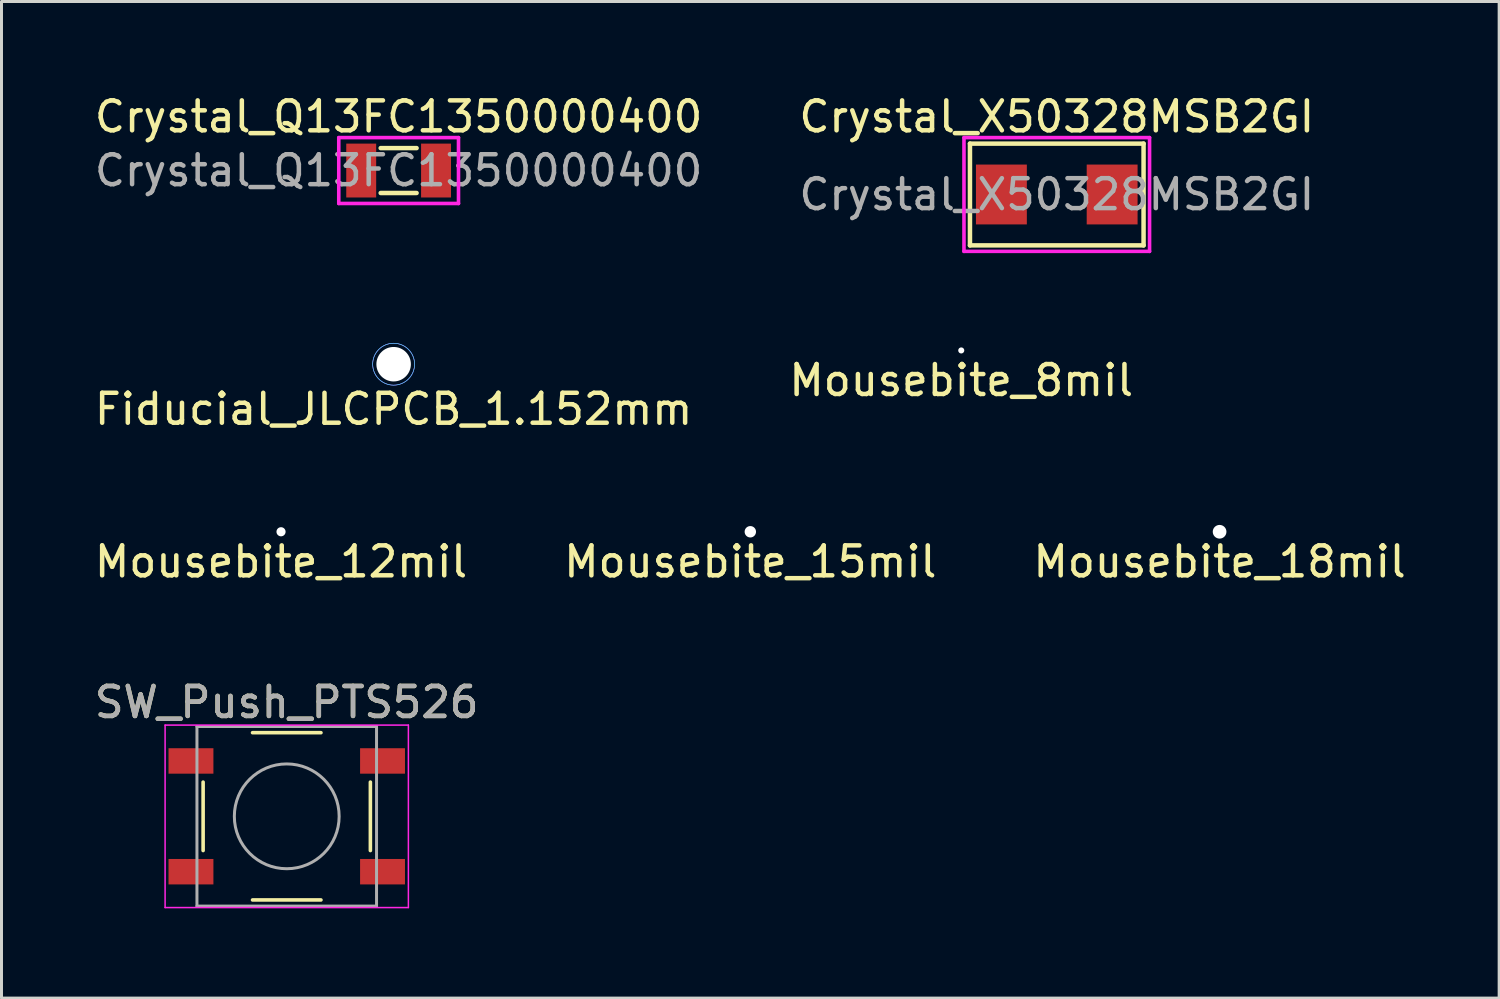
<source format=kicad_pcb>
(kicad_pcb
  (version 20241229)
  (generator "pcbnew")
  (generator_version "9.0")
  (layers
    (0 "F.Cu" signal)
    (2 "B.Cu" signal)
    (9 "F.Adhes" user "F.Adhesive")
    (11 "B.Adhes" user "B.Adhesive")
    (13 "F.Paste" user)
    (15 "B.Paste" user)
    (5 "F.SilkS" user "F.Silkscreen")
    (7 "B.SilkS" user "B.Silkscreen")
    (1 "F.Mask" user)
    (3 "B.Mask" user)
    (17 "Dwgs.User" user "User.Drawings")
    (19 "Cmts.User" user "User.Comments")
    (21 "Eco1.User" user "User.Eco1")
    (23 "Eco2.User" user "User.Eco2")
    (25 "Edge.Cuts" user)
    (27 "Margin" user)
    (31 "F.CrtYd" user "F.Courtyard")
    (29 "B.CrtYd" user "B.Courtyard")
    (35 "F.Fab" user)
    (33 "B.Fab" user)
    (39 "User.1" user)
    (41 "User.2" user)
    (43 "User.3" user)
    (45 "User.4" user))
  (footprint "Mousebite_8mil"
    (layer "F.Cu")
    (at 29.065 8.658)
    (property "Reference" "Mousebite_8mil" (at 0 1 0) (layer "F.SilkS") (effects (font (size 1 1) (thickness 0.15))))
    (attr through_hole)
    (pad "" np_thru_hole circle (at 0 0) (size 0.203 0.203) (drill 0.203) (layers "*.Cu" "*.Mask")))
  (footprint "Mousebite_12mil"
    (layer "F.Cu")
    (at 6.339 14.716)
    (property "Reference" "Mousebite_12mil" (at 0 1 0) (layer "F.SilkS") (effects (font (size 1 1) (thickness 0.15))))
    (attr through_hole)
    (pad "" np_thru_hole circle (at 0 0) (size 0.305 0.305) (drill 0.305) (layers "*.Cu" "*.Mask")))
  (footprint "Crystal_Q13FC1350000400"
    (layer "F.Cu")
    (at 10.268 2.648)
    (property "Reference" "Crystal_Q13FC1350000400" (at 0 -1.8 0) (layer "F.SilkS") (effects (font (size 1 1) (thickness 0.15))))
    (attr smd)
    (fp_line (start -0.6 -0.75) (end 0.6 -0.75) (stroke (width 0.15) (type solid)) (layer "F.SilkS"))
    (fp_line (start -0.6 0.75) (end 0.6 0.75) (stroke (width 0.15) (type solid)) (layer "F.SilkS"))
    (fp_line (start -2 -1.1) (end 2 -1.1) (stroke (width 0.12) (type solid)) (layer "F.CrtYd"))
    (fp_line (start -2 1.1) (end -2 -1.1) (stroke (width 0.12) (type solid)) (layer "F.CrtYd"))
    (fp_line (start 2 -1.1) (end 2 1.1) (stroke (width 0.12) (type solid)) (layer "F.CrtYd"))
    (fp_line (start 2 1.1) (end -2 1.1) (stroke (width 0.12) (type solid)) (layer "F.CrtYd"))
    (fp_text user "${REFERENCE}" (at 0 0 0) (layer "F.Fab") (effects (font (size 1 1) (thickness 0.15))))
    (pad "1" smd rect (at -1.25 0) (size 1 1.8) (layers "F.Cu" "F.Mask" "F.Paste"))
    (pad "2" smd rect (at 1.25 0) (size 1 1.8) (layers "F.Cu" "F.Mask" "F.Paste")))
  (footprint "SW_Push_PTS526"
    (layer "F.Cu")
    (at 6.53 24.223)
    (property "Reference" "SW_Push_PTS526" (at 0 -3.81 0) (layer "F.SilkS") (effects (font (size 1 1) (thickness 0.15))))
    (attr smd)
    (fp_line (start -2.794 -1.143) (end -2.794 1.143) (stroke (width 0.12) (type solid)) (layer "F.SilkS"))
    (fp_line (start -1.143 -2.794) (end 1.143 -2.794) (stroke (width 0.12) (type solid)) (layer "F.SilkS"))
    (fp_line (start -1.143 2.794) (end 1.143 2.794) (stroke (width 0.12) (type solid)) (layer "F.SilkS"))
    (fp_line (start 2.794 -1.143) (end 2.794 1.143) (stroke (width 0.12) (type solid)) (layer "F.SilkS"))
    (fp_line (start -4.064 -3.048) (end -4.064 3.048) (stroke (width 0.05) (type solid)) (layer "F.CrtYd"))
    (fp_line (start -4.064 -3.048) (end 4.064 -3.048) (stroke (width 0.05) (type solid)) (layer "F.CrtYd"))
    (fp_line (start -4.064 3.048) (end 4.064 3.048) (stroke (width 0.05) (type solid)) (layer "F.CrtYd"))
    (fp_line (start 4.064 3.048) (end 4.064 -3.048) (stroke (width 0.05) (type solid)) (layer "F.CrtYd"))
    (fp_line (start -3 -3) (end -3 3) (stroke (width 0.1) (type solid)) (layer "F.Fab"))
    (fp_line (start -3 3) (end 3 3) (stroke (width 0.1) (type solid)) (layer "F.Fab"))
    (fp_line (start 3 -3) (end -3 -3) (stroke (width 0.1) (type solid)) (layer "F.Fab"))
    (fp_line (start 3 3) (end 3 -3) (stroke (width 0.1) (type solid)) (layer "F.Fab"))
    (fp_circle (center 0 0) (end 1.75 -0.05) (stroke (width 0.1) (type solid)) (fill no) (layer "F.Fab"))
    (fp_text user "${REFERENCE}" (at 0 -3.81 0) (layer "F.Fab") (effects (font (size 1 1) (thickness 0.15))))
    (pad "1" smd rect (at -3.2 -1.85) (size 1.5 0.85) (layers "F.Cu" "F.Mask" "F.Paste"))
    (pad "1" smd rect (at 3.2 -1.85) (size 1.5 0.85) (layers "F.Cu" "F.Mask" "F.Paste"))
    (pad "2" smd rect (at -3.2 1.85) (size 1.5 0.85) (layers "F.Cu" "F.Mask" "F.Paste"))
    (pad "2" smd rect (at 3.2 1.85) (size 1.5 0.85) (layers "F.Cu" "F.Mask" "F.Paste")))
  (footprint "Mousebite_15mil"
    (layer "F.Cu")
    (at 22.018 14.716)
    (property "Reference" "Mousebite_15mil" (at 0 1 0) (layer "F.SilkS") (effects (font (size 1 1) (thickness 0.15))))
    (attr through_hole)
    (pad "" np_thru_hole circle (at 0 0) (size 0.381 0.381) (drill 0.381) (layers "*.Cu" "*.Mask")))
  (footprint "Mousebite_18mil"
    (layer "F.Cu")
    (at 37.696 14.716)
    (property "Reference" "Mousebite_18mil" (at 0 1 0) (layer "F.SilkS") (effects (font (size 1 1) (thickness 0.15))))
    (attr through_hole)
    (pad "" np_thru_hole circle (at 0 0) (size 0.457 0.457) (drill 0.457) (layers "*.Cu" "*.Mask")))
  (footprint "Fiducial_JLCPCB_1.152mm"
    (layer "F.Cu")
    (at 10.101 9.118)
    (property "Reference" "Fiducial_JLCPCB_1.152mm" (at 0 1.5 0) (layer "F.SilkS") (effects (font (size 1 1) (thickness 0.15))))
    (attr through_hole)
    (fp_circle (center 0 0) (end 0.7 0) (stroke (width 0.02) (type solid)) (fill no) (layer "B.CrtYd"))
    (fp_circle (center 0 0) (end 0.7 0) (stroke (width 0.02) (type solid)) (fill no) (layer "F.CrtYd"))
    (pad "" np_thru_hole circle (at 0 0) (size 1.152 1.152) (drill 1.152) (layers "*.Cu" "*.Mask")))
  (footprint "Crystal_X50328MSB2GI"
    (layer "F.Cu")
    (at 32.256 3.448)
    (property "Reference" "Crystal_X50328MSB2GI" (at 0 -2.6 0) (layer "F.SilkS") (effects (font (size 1 1) (thickness 0.15))))
    (attr smd)
    (fp_line (start -2.9 -1.7) (end -2.9 1.7) (stroke (width 0.15) (type solid)) (layer "F.SilkS"))
    (fp_line (start -2.9 -1.7) (end 2.9 -1.7) (stroke (width 0.15) (type solid)) (layer "F.SilkS"))
    (fp_line (start -2.9 1.7) (end 2.9 1.7) (stroke (width 0.15) (type solid)) (layer "F.SilkS"))
    (fp_line (start 2.9 -1.7) (end 2.9 1.7) (stroke (width 0.15) (type solid)) (layer "F.SilkS"))
    (fp_line (start -3.1 -1.9) (end 3.1 -1.9) (stroke (width 0.12) (type solid)) (layer "F.CrtYd"))
    (fp_line (start -3.1 1.9) (end -3.1 -1.9) (stroke (width 0.12) (type solid)) (layer "F.CrtYd"))
    (fp_line (start 3.1 -1.9) (end 3.1 1.9) (stroke (width 0.12) (type solid)) (layer "F.CrtYd"))
    (fp_line (start 3.1 1.9) (end -3.1 1.9) (stroke (width 0.12) (type solid)) (layer "F.CrtYd"))
    (fp_text user "${REFERENCE}" (at 0 0 0) (layer "F.Fab") (effects (font (size 1 1) (thickness 0.15))))
    (pad "1" smd rect (at -1.85 0) (size 1.7 2) (layers "F.Cu" "F.Mask" "F.Paste"))
    (pad "2" smd rect (at 1.85 0) (size 1.7 2) (layers "F.Cu" "F.Mask" "F.Paste")))
  (gr_rect
    (start -3 -3)
    (end 47.036 30.296)
    (stroke (width 0.1) (type default))
    (fill no)
    (layer "Edge.Cuts")))
</source>
